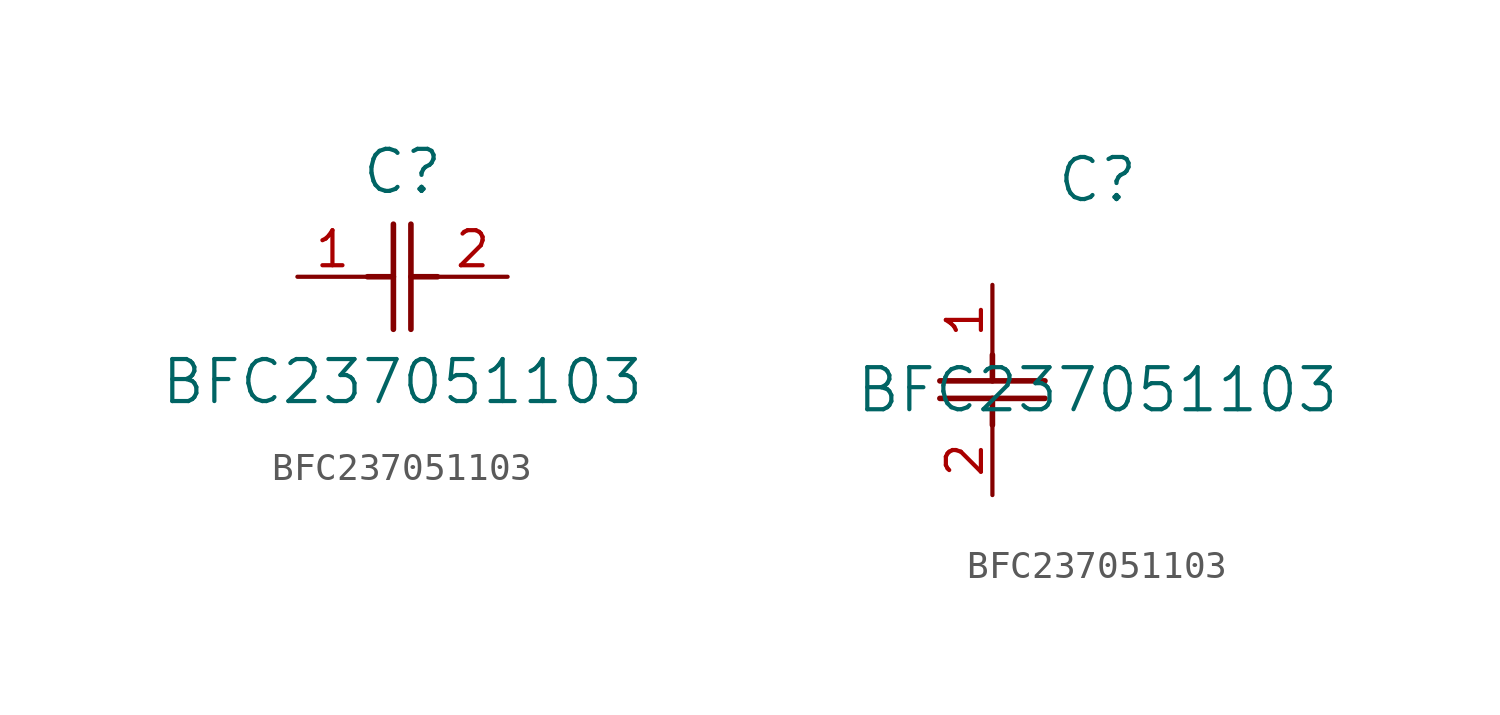
<source format=kicad_sym>
(kicad_symbol_lib
  (version 20211014)
  (generator kicad_symbol_editor)
  (symbol "BFC237051103"
    (pin_names
      (offset 0.254))
    (property "Reference" "C"
      (at 3.81 3.81 0)
      (effects (font (size 1.524 1.524))))
    (property "Value" "BFC237051103"
      (at 3.81 -3.81 0)
      (effects (font (size 1.524 1.524))))
    (symbol "BFC237051103_1_1"
      (polyline (pts (xy 3.48 -1.905) (xy 3.48 1.905)) (stroke (width 0.203) (type default) (color 0 0 0 0)) (fill (type none)))
      (polyline (pts (xy 4.115 -1.905) (xy 4.115 1.905)) (stroke (width 0.203) (type default) (color 0 0 0 0)) (fill (type none)))
      (polyline (pts (xy 4.115 0) (xy 5.08 0)) (stroke (width 0.203) (type default) (color 0 0 0 0)) (fill (type none)))
      (polyline (pts (xy 2.54 0) (xy 3.48 0)) (stroke (width 0.203) (type default) (color 0 0 0 0)) (fill (type none)))
      (pin unspecified line (at 0 0 0) (length 2.54) (name "" (effects (font (size 1.27 1.27)))) (number "1" (effects (font (size 1.27 1.27)))))
      (pin unspecified line (at 7.62 0 180) (length 2.54) (name "" (effects (font (size 1.27 1.27)))) (number "2" (effects (font (size 1.27 1.27))))))
    (symbol "BFC237051103_1_2"
      (polyline (pts (xy -1.905 -3.48) (xy 1.905 -3.48)) (stroke (width 0.203) (type default) (color 0 0 0 0)) (fill (type none)))
      (polyline (pts (xy -1.905 -4.115) (xy 1.905 -4.115)) (stroke (width 0.203) (type default) (color 0 0 0 0)) (fill (type none)))
      (polyline (pts (xy 0 -4.115) (xy 0 -5.08)) (stroke (width 0.203) (type default) (color 0 0 0 0)) (fill (type none)))
      (polyline (pts (xy 0 -2.54) (xy 0 -3.48)) (stroke (width 0.203) (type default) (color 0 0 0 0)) (fill (type none)))
      (pin unspecified line (at 0 0 270) (length 2.54) (name "" (effects (font (size 1.27 1.27)))) (number "1" (effects (font (size 1.27 1.27)))))
      (pin unspecified line (at 0 -7.62 90) (length 2.54) (name "" (effects (font (size 1.27 1.27)))) (number "2" (effects (font (size 1.27 1.27))))))))
</source>
